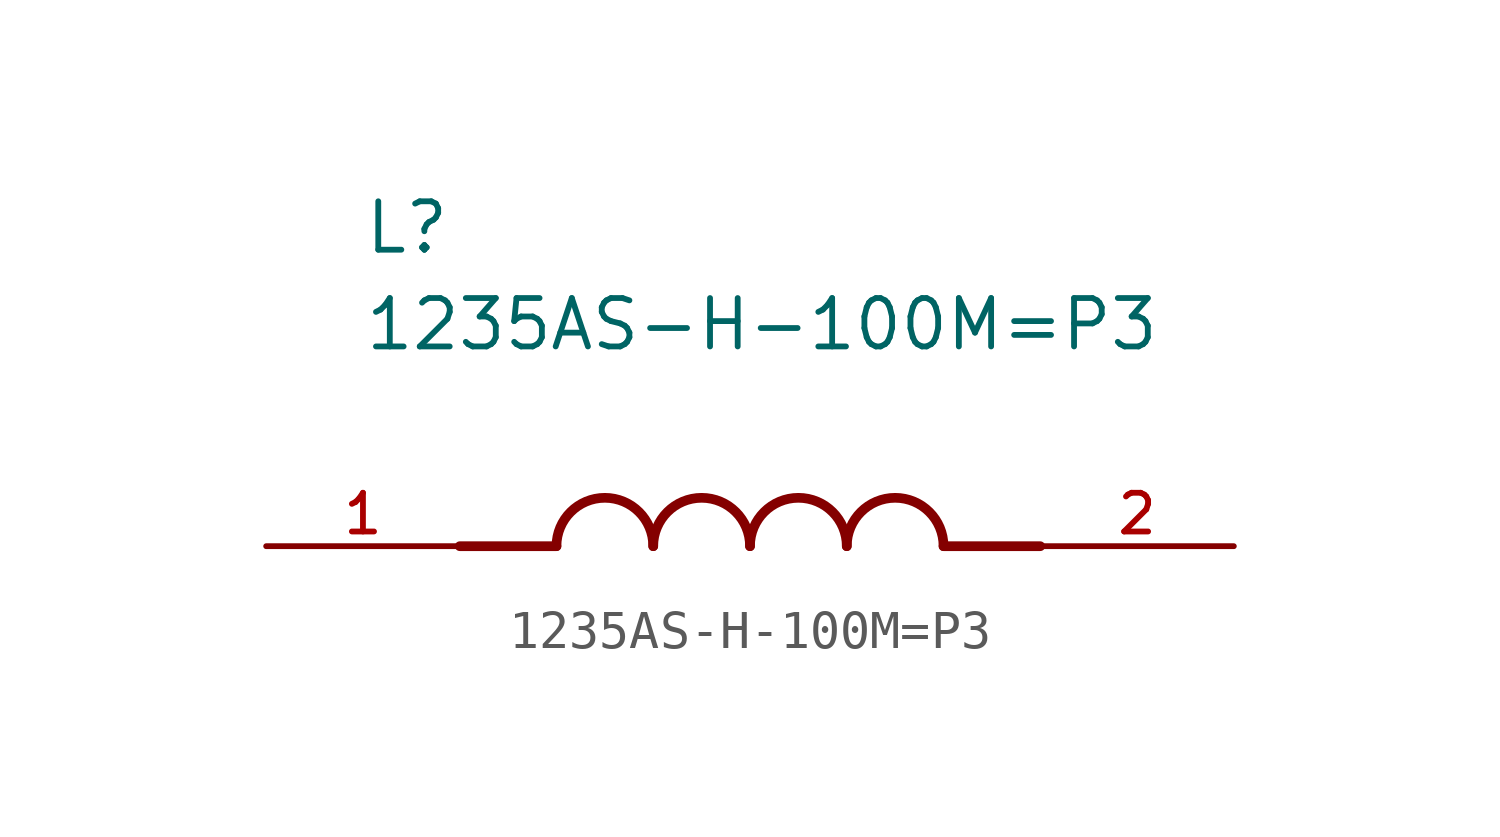
<source format=kicad_sym>
(kicad_symbol_lib
  (version 20211014)
  (generator kicad_symbol_editor)
  (symbol "1235AS-H-100M=P3"
    (pin_names
      (offset 1.016))
    (property "Reference" "L"
      (at -10.16 7.62 0)
      (effects (font (size 1.27 1.27)) (justify bottom left)))
    (property "Value" "1235AS-H-100M=P3"
      (at -10.16 5.08 0)
      (effects (font (size 1.27 1.27)) (justify bottom left)))
    (symbol "1235AS-H-100M=P3_0_0"
      (polyline (pts (xy -5.08 0.0) (xy -7.62 0.0)) (stroke (width 0.254)))
      (polyline (pts (xy 5.08 0.0) (xy 7.62 0.0)) (stroke (width 0.254)))
      (arc (start -2.54 0.0) (mid -3.81 1.27) (end -5.08 0.0) (stroke (width 0.254) (type default) (color 0 0 0 0)) (fill (type none)))
      (arc (start 0.0 0.0) (mid -1.27 1.27) (end -2.54 0.0) (stroke (width 0.254) (type default) (color 0 0 0 0)) (fill (type none)))
      (arc (start 2.54 0.0) (mid 1.27 1.27) (end 0.0 0.0) (stroke (width 0.254) (type default) (color 0 0 0 0)) (fill (type none)))
      (arc (start 5.08 0.0) (mid 3.81 1.27) (end 2.54 0.0) (stroke (width 0.254) (type default) (color 0 0 0 0)) (fill (type none)))
      (pin passive line (at -12.7 0.0 0) (length 5.08) (name "~" (effects (font (size 1.016 1.016)))) (number "1" (effects (font (size 1.016 1.016)))))
      (pin passive line (at 12.7 0.0 180.0) (length 5.08) (name "~" (effects (font (size 1.016 1.016)))) (number "2" (effects (font (size 1.016 1.016))))))))
</source>
